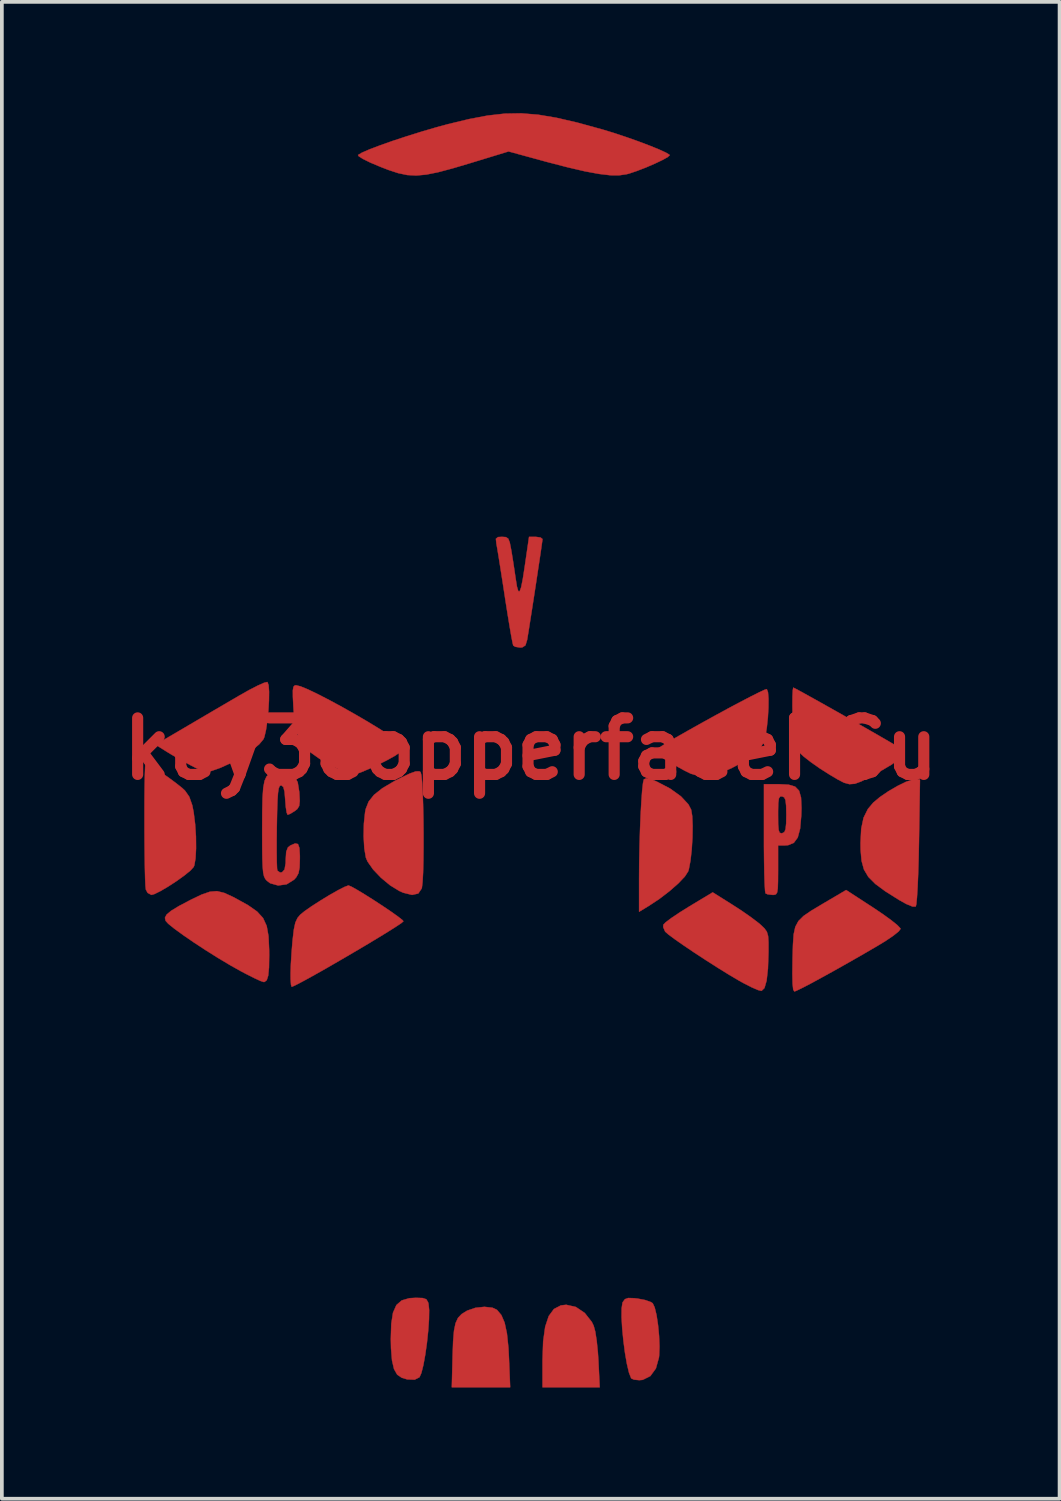
<source format=kicad_pcb>
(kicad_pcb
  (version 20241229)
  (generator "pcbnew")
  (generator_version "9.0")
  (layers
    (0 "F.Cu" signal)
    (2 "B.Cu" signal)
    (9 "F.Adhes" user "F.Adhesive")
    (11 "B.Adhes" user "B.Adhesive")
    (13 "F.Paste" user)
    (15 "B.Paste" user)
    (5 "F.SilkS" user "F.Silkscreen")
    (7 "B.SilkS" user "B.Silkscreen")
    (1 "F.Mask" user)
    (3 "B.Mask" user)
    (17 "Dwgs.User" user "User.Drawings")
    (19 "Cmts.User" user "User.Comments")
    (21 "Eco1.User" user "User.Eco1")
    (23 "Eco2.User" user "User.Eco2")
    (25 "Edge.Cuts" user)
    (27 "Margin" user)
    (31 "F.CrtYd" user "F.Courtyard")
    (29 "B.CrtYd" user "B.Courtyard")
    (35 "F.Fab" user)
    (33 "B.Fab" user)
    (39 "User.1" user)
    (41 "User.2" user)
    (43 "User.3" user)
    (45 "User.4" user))
  (footprint "key3copperfaceFCu"
    (layer "F.Cu")
    (at 11.256 17.136)
    (property "Reference" "key3copperfaceFCu" (at 0 0 0) (layer "F.Cu") (effects (font (size 1.524 1.524) (thickness 0.3))))
    (attr through_hole)
    (fp_poly (pts (xy 1.217 15.045) (xy 1.457 15.207) (xy 1.646 15.447) (xy 1.697 15.551) (xy 1.74 15.709) (xy 1.779 15.96) (xy 1.81 16.266) (xy 1.825 16.49) (xy 1.86 17.209) (xy 0.318 17.209) (xy 0.318 16.486) (xy 0.335 15.975) (xy 0.39 15.578) (xy 0.486 15.289) (xy 0.626 15.099) (xy 0.812 15.003) (xy 0.957 14.986) (xy 1.217 15.045)) (stroke (width 0.01) (type solid)) (fill yes) (layer "F.Cu"))
    (fp_poly (pts (xy -1.031 15.065) (xy -0.911 15.121) (xy -0.792 15.262) (xy -0.703 15.469) (xy -0.641 15.76) (xy -0.6 16.151) (xy -0.586 16.431) (xy -0.554 17.209) (xy -1.341 17.209) (xy -2.127 17.209) (xy -2.106 16.367) (xy -2.092 15.974) (xy -2.068 15.686) (xy -2.026 15.482) (xy -1.96 15.339) (xy -1.862 15.236) (xy -1.726 15.151) (xy -1.709 15.142) (xy -1.49 15.067) (xy -1.247 15.041) (xy -1.031 15.065)) (stroke (width 0.01) (type solid)) (fill yes) (layer "F.Cu"))
    (fp_poly (pts (xy -2.911 14.804) (xy -2.814 14.837) (xy -2.767 14.917) (xy -2.755 14.96) (xy -2.738 15.127) (xy -2.742 15.378) (xy -2.763 15.682) (xy -2.797 16.008) (xy -2.842 16.327) (xy -2.893 16.609) (xy -2.947 16.824) (xy -2.998 16.939) (xy -3.129 17.005) (xy -3.329 16.997) (xy -3.478 16.952) (xy -3.6 16.868) (xy -3.685 16.718) (xy -3.739 16.486) (xy -3.766 16.156) (xy -3.771 15.907) (xy -3.759 15.498) (xy -3.712 15.198) (xy -3.621 14.993) (xy -3.477 14.868) (xy -3.271 14.808) (xy -3.097 14.798) (xy -2.911 14.804)) (stroke (width 0.01) (type solid)) (fill yes) (layer "F.Cu"))
    (fp_poly (pts (xy 10.466 2.508) (xy 10.457 2.967) (xy 10.444 3.38) (xy 10.429 3.732) (xy 10.412 4.005) (xy 10.395 4.184) (xy 10.379 4.25) (xy 10.292 4.251) (xy 10.122 4.181) (xy 9.932 4.075) (xy 9.561 3.842) (xy 9.289 3.641) (xy 9.101 3.452) (xy 8.982 3.251) (xy 8.918 3.017) (xy 8.893 2.727) (xy 8.89 2.54) (xy 8.909 2.153) (xy 8.972 1.857) (xy 9.089 1.621) (xy 9.233 1.45) (xy 9.412 1.3) (xy 9.642 1.143) (xy 9.888 1) (xy 10.115 0.889) (xy 10.29 0.83) (xy 10.331 0.826) (xy 10.493 0.826) (xy 10.466 2.508)) (stroke (width 0.01) (type solid)) (fill yes) (layer "F.Cu"))
    (fp_poly (pts (xy 2.786 14.808) (xy 2.876 14.818) (xy 3.081 14.857) (xy 3.24 14.913) (xy 3.289 14.945) (xy 3.342 15.058) (xy 3.392 15.265) (xy 3.432 15.532) (xy 3.46 15.825) (xy 3.471 16.111) (xy 3.462 16.358) (xy 3.456 16.409) (xy 3.374 16.702) (xy 3.225 16.907) (xy 3.021 17.009) (xy 2.928 17.018) (xy 2.784 17.004) (xy 2.709 16.97) (xy 2.65 16.82) (xy 2.593 16.58) (xy 2.541 16.281) (xy 2.498 15.951) (xy 2.466 15.622) (xy 2.449 15.322) (xy 2.451 15.082) (xy 2.474 14.93) (xy 2.481 14.914) (xy 2.539 14.835) (xy 2.628 14.803) (xy 2.786 14.808)) (stroke (width 0.01) (type solid)) (fill yes) (layer "F.Cu"))
    (fp_poly (pts (xy 3.256 0.825) (xy 3.391 0.879) (xy 3.757 1.07) (xy 4.05 1.281) (xy 4.25 1.496) (xy 4.325 1.639) (xy 4.354 1.815) (xy 4.365 2.078) (xy 4.36 2.39) (xy 4.34 2.714) (xy 4.307 3.011) (xy 4.263 3.243) (xy 4.246 3.3) (xy 4.156 3.44) (xy 3.981 3.625) (xy 3.744 3.833) (xy 3.469 4.044) (xy 3.179 4.236) (xy 3.159 4.248) (xy 2.921 4.392) (xy 2.921 3.508) (xy 2.924 3.071) (xy 2.933 2.624) (xy 2.946 2.186) (xy 2.963 1.778) (xy 2.983 1.417) (xy 3.004 1.125) (xy 3.027 0.921) (xy 3.049 0.823) (xy 3.05 0.823) (xy 3.117 0.792) (xy 3.256 0.825)) (stroke (width 0.01) (type solid)) (fill yes) (layer "F.Cu"))
    (fp_poly (pts (xy 9.236 4.283) (xy 9.503 4.463) (xy 9.727 4.626) (xy 9.887 4.756) (xy 9.965 4.839) (xy 9.97 4.852) (xy 9.918 4.921) (xy 9.778 5.034) (xy 9.572 5.174) (xy 9.382 5.29) (xy 8.973 5.529) (xy 8.567 5.761) (xy 8.182 5.978) (xy 7.832 6.171) (xy 7.534 6.333) (xy 7.302 6.453) (xy 7.153 6.525) (xy 7.106 6.54) (xy 7.076 6.49) (xy 7.059 6.333) (xy 7.053 6.064) (xy 7.058 5.675) (xy 7.058 5.658) (xy 7.069 5.28) (xy 7.088 5.002) (xy 7.132 4.799) (xy 7.216 4.642) (xy 7.354 4.505) (xy 7.561 4.363) (xy 7.854 4.188) (xy 7.918 4.15) (xy 8.502 3.806) (xy 9.236 4.283)) (stroke (width 0.01) (type solid)) (fill yes) (layer "F.Cu"))
    (fp_poly (pts (xy -7.097 -1.801) (xy -7.066 -1.718) (xy -7.053 -1.541) (xy -7.056 -1.301) (xy -7.072 -1.027) (xy -7.099 -0.753) (xy -7.136 -0.507) (xy -7.179 -0.322) (xy -7.204 -0.261) (xy -7.319 -0.123) (xy -7.522 0.043) (xy -7.784 0.216) (xy -8.074 0.378) (xy -8.361 0.509) (xy -8.438 0.537) (xy -8.607 0.596) (xy -8.72 0.622) (xy -8.822 0.609) (xy -8.955 0.552) (xy -9.144 0.455) (xy -9.402 0.317) (xy -9.673 0.161) (xy -9.803 0.082) (xy -10.114 -0.112) (xy -9.327 -0.573) (xy -8.963 -0.787) (xy -8.56 -1.024) (xy -8.168 -1.253) (xy -7.852 -1.438) (xy -7.586 -1.588) (xy -7.357 -1.706) (xy -7.187 -1.781) (xy -7.1 -1.802) (xy -7.097 -1.801)) (stroke (width 0.01) (type solid)) (fill yes) (layer "F.Cu"))
    (fp_poly (pts (xy 5.44 4.204) (xy 5.7 4.373) (xy 5.943 4.543) (xy 6.134 4.688) (xy 6.195 4.739) (xy 6.302 4.841) (xy 6.366 4.932) (xy 6.399 5.046) (xy 6.41 5.218) (xy 6.41 5.47) (xy 6.395 5.921) (xy 6.359 6.247) (xy 6.301 6.448) (xy 6.222 6.524) (xy 6.128 6.502) (xy 5.955 6.427) (xy 5.734 6.314) (xy 5.62 6.251) (xy 5.352 6.093) (xy 5.047 5.904) (xy 4.727 5.7) (xy 4.412 5.494) (xy 4.123 5.299) (xy 3.881 5.13) (xy 3.707 5) (xy 3.624 4.927) (xy 3.571 4.805) (xy 3.576 4.739) (xy 3.641 4.673) (xy 3.793 4.559) (xy 4.009 4.414) (xy 4.257 4.259) (xy 4.905 3.868) (xy 5.44 4.204)) (stroke (width 0.01) (type solid)) (fill yes) (layer "F.Cu"))
    (fp_poly (pts (xy 6.396 -1.527) (xy 6.41 -1.351) (xy 6.408 -1.113) (xy 6.393 -0.845) (xy 6.365 -0.58) (xy 6.328 -0.35) (xy 6.284 -0.186) (xy 6.271 -0.159) (xy 6.178 -0.004) (xy 6.059 0.126) (xy 5.891 0.253) (xy 5.648 0.396) (xy 5.436 0.508) (xy 5.094 0.667) (xy 4.816 0.745) (xy 4.568 0.745) (xy 4.317 0.67) (xy 4.159 0.593) (xy 3.914 0.458) (xy 3.661 0.311) (xy 3.563 0.251) (xy 3.284 0.078) (xy 3.436 -0.019) (xy 3.652 -0.151) (xy 3.93 -0.315) (xy 4.254 -0.499) (xy 4.605 -0.696) (xy 4.966 -0.895) (xy 5.32 -1.088) (xy 5.649 -1.263) (xy 5.935 -1.412) (xy 6.162 -1.526) (xy 6.311 -1.595) (xy 6.364 -1.61) (xy 6.396 -1.527)) (stroke (width 0.01) (type solid)) (fill yes) (layer "F.Cu"))
    (fp_poly (pts (xy -8.262 3.883) (xy -8.028 3.99) (xy -7.96 4.026) (xy -7.62 4.214) (xy -7.377 4.384) (xy -7.215 4.561) (xy -7.117 4.774) (xy -7.068 5.05) (xy -7.051 5.415) (xy -7.05 5.567) (xy -7.055 5.894) (xy -7.076 6.111) (xy -7.115 6.235) (xy -7.175 6.283) (xy -7.198 6.285) (xy -7.283 6.257) (xy -7.45 6.18) (xy -7.672 6.068) (xy -7.811 5.995) (xy -8.105 5.83) (xy -8.428 5.637) (xy -8.759 5.429) (xy -9.078 5.22) (xy -9.366 5.022) (xy -9.603 4.85) (xy -9.769 4.716) (xy -9.841 4.637) (xy -9.86 4.554) (xy -9.815 4.467) (xy -9.693 4.365) (xy -9.481 4.236) (xy -9.168 4.071) (xy -8.872 3.929) (xy -8.647 3.851) (xy -8.456 3.836) (xy -8.262 3.883)) (stroke (width 0.01) (type solid)) (fill yes) (layer "F.Cu"))
    (fp_poly (pts (xy -2.969 0.625) (xy -2.947 0.708) (xy -2.928 0.897) (xy -2.913 1.168) (xy -2.901 1.502) (xy -2.893 1.875) (xy -2.889 2.267) (xy -2.889 2.656) (xy -2.893 3.019) (xy -2.901 3.336) (xy -2.915 3.584) (xy -2.933 3.741) (xy -2.938 3.762) (xy -3.03 3.899) (xy -3.198 3.937) (xy -3.437 3.878) (xy -3.544 3.83) (xy -3.791 3.678) (xy -4.036 3.475) (xy -4.248 3.252) (xy -4.397 3.04) (xy -4.443 2.933) (xy -4.486 2.68) (xy -4.504 2.357) (xy -4.497 2.017) (xy -4.465 1.712) (xy -4.447 1.62) (xy -4.369 1.422) (xy -4.224 1.24) (xy -3.996 1.059) (xy -3.667 0.865) (xy -3.506 0.783) (xy -3.259 0.665) (xy -3.099 0.608) (xy -3.004 0.605) (xy -2.969 0.625)) (stroke (width 0.01) (type solid)) (fill yes) (layer "F.Cu"))
    (fp_poly (pts (xy 7.14 -1.621) (xy 7.294 -1.538) (xy 7.521 -1.412) (xy 7.805 -1.254) (xy 8.127 -1.073) (xy 8.469 -0.88) (xy 8.812 -0.684) (xy 9.14 -0.497) (xy 9.434 -0.328) (xy 9.675 -0.188) (xy 9.846 -0.087) (xy 9.892 -0.059) (xy 10.003 0.041) (xy 10.018 0.148) (xy 9.93 0.272) (xy 9.733 0.421) (xy 9.461 0.582) (xy 9.144 0.758) (xy 8.912 0.877) (xy 8.737 0.941) (xy 8.591 0.952) (xy 8.446 0.913) (xy 8.275 0.825) (xy 8.052 0.692) (xy 7.791 0.526) (xy 7.546 0.354) (xy 7.355 0.204) (xy 7.303 0.155) (xy 7.08 -0.065) (xy 7.059 -0.858) (xy 7.054 -1.159) (xy 7.056 -1.407) (xy 7.064 -1.579) (xy 7.077 -1.65) (xy 7.078 -1.651) (xy 7.14 -1.621)) (stroke (width 0.01) (type solid)) (fill yes) (layer "F.Cu"))
    (fp_poly (pts (xy -6.203 -1.684) (xy -5.998 -1.599) (xy -5.729 -1.47) (xy -5.414 -1.307) (xy -5.071 -1.121) (xy -4.719 -0.922) (xy -4.377 -0.722) (xy -4.061 -0.529) (xy -3.79 -0.354) (xy -3.584 -0.209) (xy -3.458 -0.103) (xy -3.429 -0.056) (xy -3.474 0.039) (xy -3.54 0.107) (xy -3.676 0.197) (xy -3.881 0.31) (xy -4.124 0.431) (xy -4.37 0.545) (xy -4.588 0.637) (xy -4.745 0.69) (xy -4.791 0.697) (xy -4.91 0.667) (xy -5.099 0.59) (xy -5.317 0.482) (xy -5.321 0.48) (xy -5.695 0.266) (xy -5.968 0.072) (xy -6.157 -0.129) (xy -6.278 -0.362) (xy -6.351 -0.652) (xy -6.391 -1.027) (xy -6.397 -1.123) (xy -6.411 -1.402) (xy -6.412 -1.577) (xy -6.396 -1.672) (xy -6.361 -1.709) (xy -6.326 -1.714) (xy -6.203 -1.684)) (stroke (width 0.01) (type solid)) (fill yes) (layer "F.Cu"))
    (fp_poly (pts (xy -10.3 0.417) (xy -10.147 0.51) (xy -9.952 0.641) (xy -9.741 0.79) (xy -9.544 0.937) (xy -9.389 1.061) (xy -9.322 1.123) (xy -9.204 1.291) (xy -9.123 1.521) (xy -9.085 1.714) (xy -9.046 2.031) (xy -9.024 2.364) (xy -9.021 2.681) (xy -9.035 2.95) (xy -9.067 3.138) (xy -9.085 3.183) (xy -9.171 3.279) (xy -9.336 3.413) (xy -9.546 3.564) (xy -9.773 3.712) (xy -9.985 3.836) (xy -10.15 3.917) (xy -10.224 3.937) (xy -10.326 3.883) (xy -10.374 3.794) (xy -10.385 3.695) (xy -10.394 3.495) (xy -10.401 3.215) (xy -10.406 2.876) (xy -10.41 2.496) (xy -10.412 2.096) (xy -10.412 1.695) (xy -10.411 1.315) (xy -10.407 0.974) (xy -10.401 0.693) (xy -10.394 0.491) (xy -10.384 0.389) (xy -10.38 0.381) (xy -10.3 0.417)) (stroke (width 0.01) (type solid)) (fill yes) (layer "F.Cu"))
    (fp_poly (pts (xy -4.83 3.716) (xy -4.673 3.804) (xy -4.462 3.932) (xy -4.223 4.083) (xy -3.979 4.243) (xy -3.754 4.395) (xy -3.572 4.525) (xy -3.458 4.615) (xy -3.431 4.647) (xy -3.482 4.693) (xy -3.628 4.791) (xy -3.849 4.931) (xy -4.13 5.103) (xy -4.451 5.296) (xy -4.798 5.501) (xy -5.151 5.707) (xy -5.493 5.905) (xy -5.808 6.083) (xy -6.079 6.233) (xy -6.287 6.343) (xy -6.415 6.405) (xy -6.445 6.413) (xy -6.462 6.356) (xy -6.472 6.207) (xy -6.473 6.048) (xy -6.465 5.801) (xy -6.446 5.491) (xy -6.421 5.181) (xy -6.418 5.154) (xy -6.385 4.872) (xy -6.345 4.685) (xy -6.286 4.558) (xy -6.216 4.474) (xy -6.094 4.374) (xy -5.904 4.241) (xy -5.673 4.093) (xy -5.431 3.945) (xy -5.206 3.817) (xy -5.025 3.724) (xy -4.917 3.683) (xy -4.911 3.683) (xy -4.83 3.716)) (stroke (width 0.01) (type solid)) (fill yes) (layer "F.Cu"))
    (fp_poly (pts (xy 0.266 -5.697) (xy 0.318 -5.656) (xy 0.308 -5.58) (xy 0.283 -5.401) (xy 0.245 -5.142) (xy 0.197 -4.825) (xy 0.144 -4.473) (xy 0.088 -4.107) (xy 0.033 -3.752) (xy -0.018 -3.428) (xy -0.06 -3.159) (xy -0.092 -2.967) (xy -0.097 -2.937) (xy -0.142 -2.79) (xy -0.228 -2.735) (xy -0.285 -2.731) (xy -0.416 -2.751) (xy -0.471 -2.785) (xy -0.49 -2.862) (xy -0.525 -3.044) (xy -0.571 -3.313) (xy -0.626 -3.648) (xy -0.686 -4.028) (xy -0.697 -4.103) (xy -0.758 -4.5) (xy -0.815 -4.863) (xy -0.864 -5.172) (xy -0.902 -5.402) (xy -0.925 -5.532) (xy -0.926 -5.54) (xy -0.939 -5.663) (xy -0.882 -5.709) (xy -0.774 -5.715) (xy -0.67 -5.708) (xy -0.606 -5.667) (xy -0.565 -5.564) (xy -0.527 -5.37) (xy -0.518 -5.318) (xy -0.473 -5.041) (xy -0.43 -4.756) (xy -0.408 -4.604) (xy -0.371 -4.372) (xy -0.335 -4.252) (xy -0.299 -4.245) (xy -0.258 -4.355) (xy -0.212 -4.586) (xy -0.161 -4.917) (xy -0.045 -5.715) (xy 0.136 -5.715) (xy 0.266 -5.697)) (stroke (width 0.01) (type solid)) (fill yes) (layer "F.Cu"))
    (fp_poly (pts (xy 6.953 0.966) (xy 7.127 1.018) (xy 7.234 1.128) (xy 7.287 1.314) (xy 7.299 1.597) (xy 7.293 1.802) (xy 7.262 2.151) (xy 7.198 2.39) (xy 7.092 2.534) (xy 6.937 2.597) (xy 6.848 2.603) (xy 6.668 2.603) (xy 6.668 3.27) (xy 6.666 3.567) (xy 6.66 3.759) (xy 6.643 3.87) (xy 6.61 3.921) (xy 6.557 3.936) (xy 6.519 3.937) (xy 6.386 3.921) (xy 6.329 3.895) (xy 6.317 3.822) (xy 6.306 3.64) (xy 6.297 3.369) (xy 6.291 3.025) (xy 6.287 2.629) (xy 6.287 2.402) (xy 6.287 1.778) (xy 6.668 1.778) (xy 6.67 2.034) (xy 6.683 2.187) (xy 6.709 2.26) (xy 6.756 2.277) (xy 6.779 2.274) (xy 6.837 2.244) (xy 6.87 2.165) (xy 6.886 2.011) (xy 6.89 1.778) (xy 6.885 1.53) (xy 6.868 1.382) (xy 6.833 1.308) (xy 6.779 1.282) (xy 6.724 1.285) (xy 6.69 1.335) (xy 6.673 1.456) (xy 6.668 1.673) (xy 6.668 1.778) (xy 6.287 1.778) (xy 6.287 0.953) (xy 6.698 0.953) (xy 6.953 0.966)) (stroke (width 0.01) (type solid)) (fill yes) (layer "F.Cu"))
    (fp_poly (pts (xy 0.202 -17.094) (xy 0.696 -17.011) (xy 1.254 -16.882) (xy 1.902 -16.704) (xy 1.929 -16.697) (xy 2.241 -16.602) (xy 2.571 -16.492) (xy 2.899 -16.376) (xy 3.201 -16.262) (xy 3.457 -16.158) (xy 3.643 -16.073) (xy 3.739 -16.015) (xy 3.747 -16.002) (xy 3.692 -15.951) (xy 3.547 -15.871) (xy 3.341 -15.773) (xy 3.104 -15.671) (xy 2.866 -15.579) (xy 2.655 -15.508) (xy 2.586 -15.49) (xy 2.39 -15.461) (xy 2.146 -15.462) (xy 1.842 -15.498) (xy 1.462 -15.568) (xy 0.994 -15.677) (xy 0.423 -15.825) (xy 0.289 -15.862) (xy -0.597 -16.104) (xy -1.616 -15.793) (xy -2.104 -15.648) (xy -2.495 -15.544) (xy -2.814 -15.48) (xy -3.084 -15.455) (xy -3.329 -15.468) (xy -3.572 -15.519) (xy -3.837 -15.606) (xy -4.054 -15.69) (xy -4.322 -15.803) (xy -4.522 -15.902) (xy -4.637 -15.975) (xy -4.655 -16.008) (xy -4.551 -16.07) (xy -4.345 -16.16) (xy -4.06 -16.268) (xy -3.715 -16.39) (xy -3.331 -16.516) (xy -2.931 -16.641) (xy -2.534 -16.757) (xy -2.231 -16.839) (xy -1.662 -16.976) (xy -1.161 -17.071) (xy -0.7 -17.123) (xy -0.255 -17.131) (xy 0.202 -17.094)) (stroke (width 0.01) (type solid)) (fill yes) (layer "F.Cu"))
    (fp_poly (pts (xy -6.527 0.657) (xy -6.37 0.739) (xy -6.281 0.9) (xy -6.239 1.163) (xy -6.237 1.189) (xy -6.226 1.408) (xy -6.241 1.538) (xy -6.291 1.621) (xy -6.357 1.674) (xy -6.48 1.75) (xy -6.552 1.778) (xy -6.578 1.72) (xy -6.602 1.569) (xy -6.617 1.381) (xy -6.636 1.152) (xy -6.669 1.027) (xy -6.722 0.985) (xy -6.731 0.984) (xy -6.766 1.001) (xy -6.793 1.064) (xy -6.812 1.188) (xy -6.826 1.39) (xy -6.836 1.686) (xy -6.844 2.093) (xy -6.844 2.093) (xy -6.848 2.46) (xy -6.848 2.785) (xy -6.845 3.045) (xy -6.838 3.22) (xy -6.83 3.283) (xy -6.755 3.334) (xy -6.702 3.326) (xy -6.635 3.251) (xy -6.606 3.08) (xy -6.604 2.98) (xy -6.591 2.774) (xy -6.545 2.657) (xy -6.481 2.606) (xy -6.352 2.55) (xy -6.274 2.566) (xy -6.236 2.67) (xy -6.223 2.879) (xy -6.223 2.956) (xy -6.23 3.195) (xy -6.259 3.35) (xy -6.32 3.462) (xy -6.379 3.527) (xy -6.578 3.651) (xy -6.808 3.683) (xy -7.023 3.623) (xy -7.112 3.556) (xy -7.156 3.505) (xy -7.188 3.438) (xy -7.211 3.338) (xy -7.225 3.186) (xy -7.234 2.965) (xy -7.238 2.655) (xy -7.239 2.239) (xy -7.239 2.173) (xy -7.237 1.692) (xy -7.229 1.323) (xy -7.21 1.052) (xy -7.175 0.863) (xy -7.12 0.742) (xy -7.041 0.673) (xy -6.933 0.643) (xy -6.791 0.635) (xy -6.771 0.635) (xy -6.527 0.657)) (stroke (width 0.01) (type solid)) (fill yes) (layer "F.Cu")))
  (gr_rect
    (start -3 -3)
    (end 25.512 37.35)
    (stroke (width 0.1) (type default))
    (fill no)
    (layer "Edge.Cuts")))
</source>
